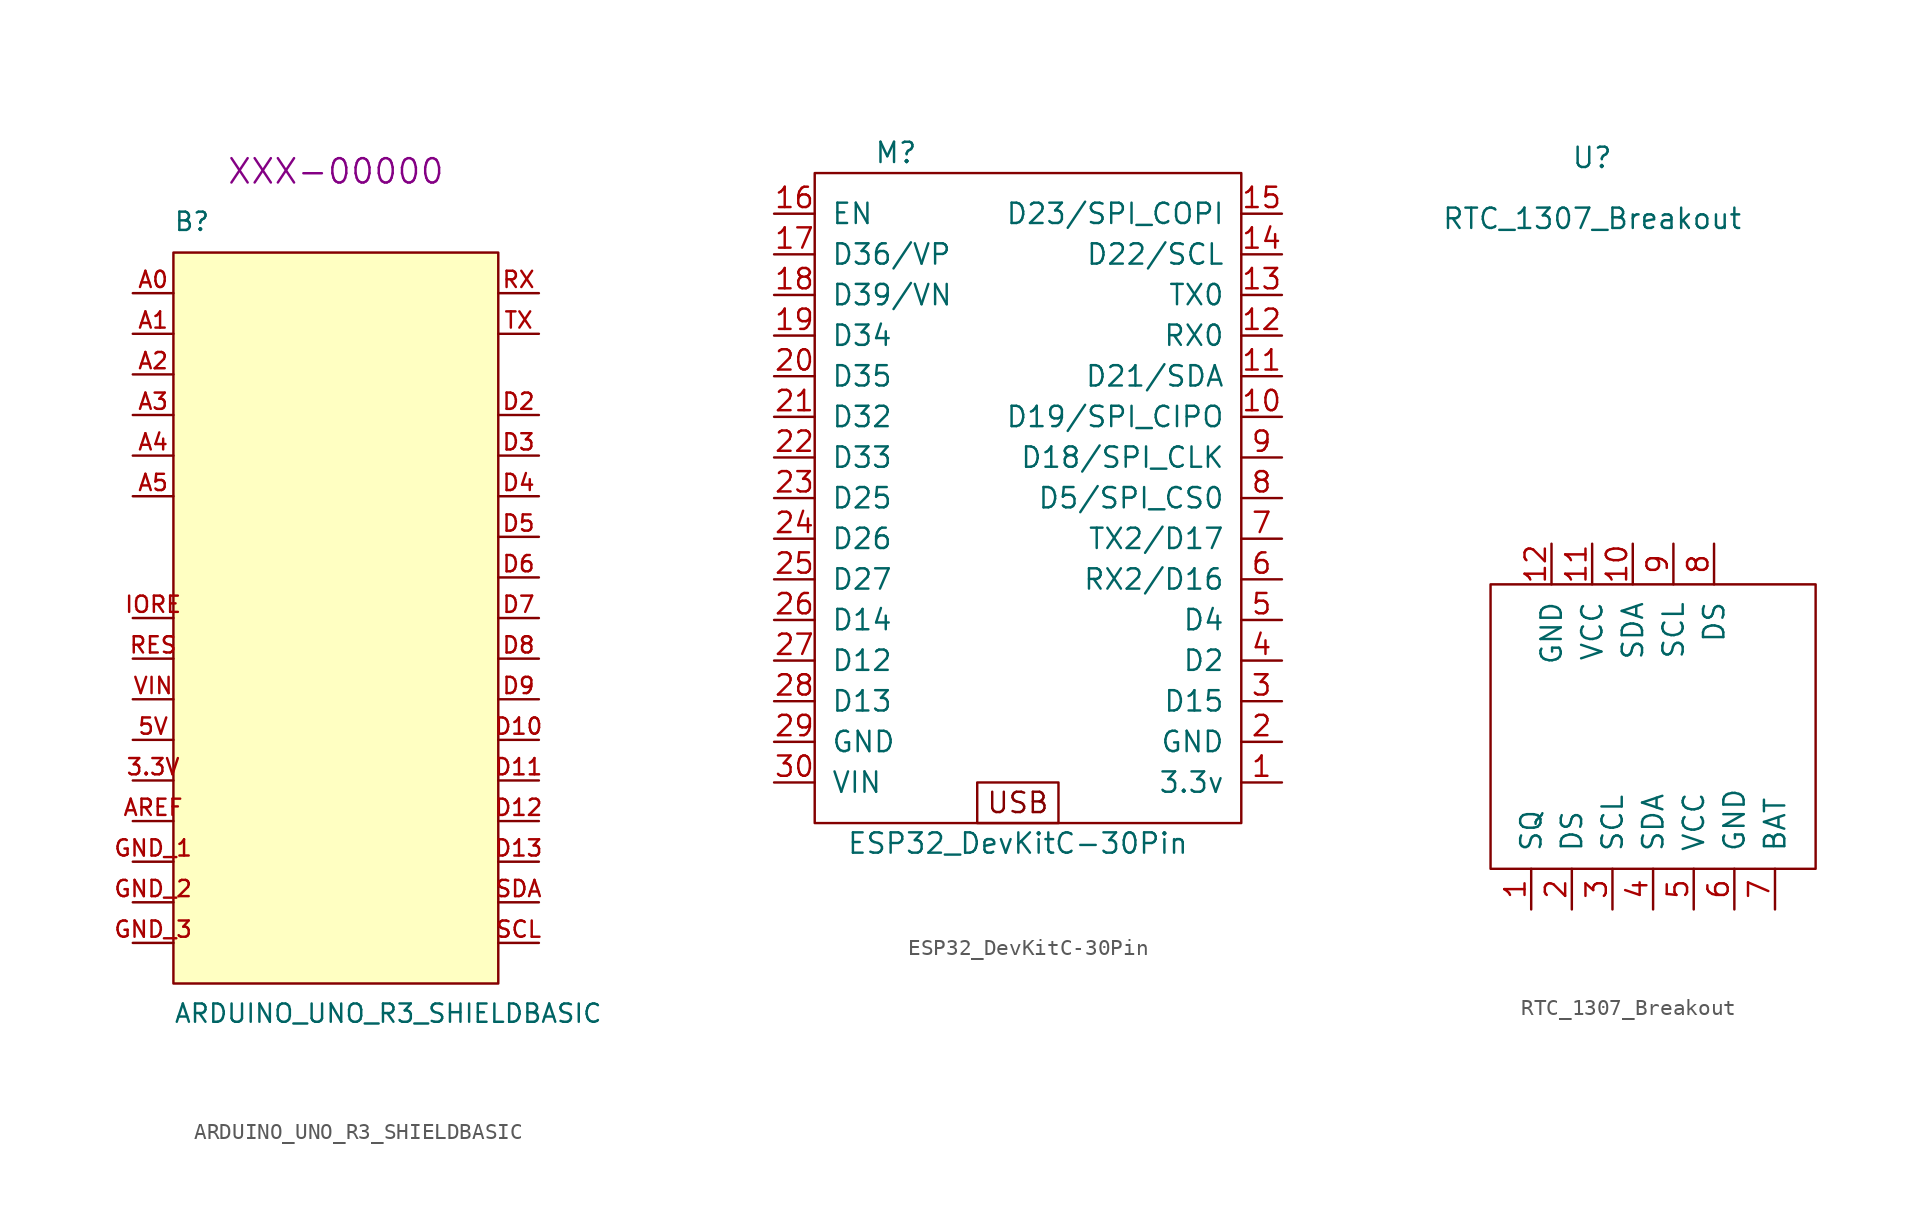
<source format=kicad_sym>
(kicad_symbol_lib
  (version 20211014)
  (generator kicad_symbol_editor)
  (symbol "ARDUINO_UNO_R3_SHIELDBASIC"
    (pin_names
      (offset 1.016) hide)
    (property "Reference" "B"
      (at -10.16 21.59 0)
      (effects (font (size 1.143 1.143)) (justify left bottom)))
    (property "Value" "ARDUINO_UNO_R3_SHIELDBASIC"
      (at -10.16 -27.94 0)
      (effects (font (size 1.143 1.143)) (justify left bottom)))
    (property "Field4" "XXX-00000"
      (at 0 25.4 0)
      (effects (font (size 1.524 1.524))))
    (symbol "ARDUINO_UNO_R3_SHIELDBASIC_1_1"
      (polyline (pts (xy -10.16 -25.4) (xy -10.16 20.32) (xy 10.16 20.32) (xy 10.16 -25.4) (xy -10.16 -25.4)) (stroke (width 0) (type default) (color 0 0 0 0)) (fill (type background)))
      (pin bidirectional line (at -12.7 -12.7 0) (length 2.54) (name "3.3V" (effects (font (size 1.016 1.016)))) (number "3.3V" (effects (font (size 1.016 1.016)))))
      (pin bidirectional line (at -12.7 -10.16 0) (length 2.54) (name "5V" (effects (font (size 1.016 1.016)))) (number "5V" (effects (font (size 1.016 1.016)))))
      (pin bidirectional line (at -12.7 17.78 0) (length 2.54) (name "A0" (effects (font (size 1.016 1.016)))) (number "A0" (effects (font (size 1.016 1.016)))))
      (pin bidirectional line (at -12.7 15.24 0) (length 2.54) (name "A1" (effects (font (size 1.016 1.016)))) (number "A1" (effects (font (size 1.016 1.016)))))
      (pin bidirectional line (at -12.7 12.7 0) (length 2.54) (name "A2" (effects (font (size 1.016 1.016)))) (number "A2" (effects (font (size 1.016 1.016)))))
      (pin bidirectional line (at -12.7 10.16 0) (length 2.54) (name "A3" (effects (font (size 1.016 1.016)))) (number "A3" (effects (font (size 1.016 1.016)))))
      (pin bidirectional line (at -12.7 7.62 0) (length 2.54) (name "A4" (effects (font (size 1.016 1.016)))) (number "A4" (effects (font (size 1.016 1.016)))))
      (pin bidirectional line (at -12.7 5.08 0) (length 2.54) (name "A5" (effects (font (size 1.016 1.016)))) (number "A5" (effects (font (size 1.016 1.016)))))
      (pin bidirectional line (at -12.7 -15.24 0) (length 2.54) (name "AREF" (effects (font (size 1.016 1.016)))) (number "AREF" (effects (font (size 1.016 1.016)))))
      (pin bidirectional line (at 12.7 -10.16 180) (length 2.54) (name "*D10" (effects (font (size 1.016 1.016)))) (number "D10" (effects (font (size 1.016 1.016)))))
      (pin bidirectional line (at 12.7 -12.7 180) (length 2.54) (name "*D11" (effects (font (size 1.016 1.016)))) (number "D11" (effects (font (size 1.016 1.016)))))
      (pin bidirectional line (at 12.7 -15.24 180) (length 2.54) (name "D12" (effects (font (size 1.016 1.016)))) (number "D12" (effects (font (size 1.016 1.016)))))
      (pin bidirectional line (at 12.7 -17.78 180) (length 2.54) (name "D13" (effects (font (size 1.016 1.016)))) (number "D13" (effects (font (size 1.016 1.016)))))
      (pin bidirectional line (at 12.7 10.16 180) (length 2.54) (name "D2" (effects (font (size 1.016 1.016)))) (number "D2" (effects (font (size 1.016 1.016)))))
      (pin bidirectional line (at 12.7 7.62 180) (length 2.54) (name "*D3" (effects (font (size 1.016 1.016)))) (number "D3" (effects (font (size 1.016 1.016)))))
      (pin bidirectional line (at 12.7 5.08 180) (length 2.54) (name "D4" (effects (font (size 1.016 1.016)))) (number "D4" (effects (font (size 1.016 1.016)))))
      (pin bidirectional line (at 12.7 2.54 180) (length 2.54) (name "*D5" (effects (font (size 1.016 1.016)))) (number "D5" (effects (font (size 1.016 1.016)))))
      (pin bidirectional line (at 12.7 0 180) (length 2.54) (name "*D6" (effects (font (size 1.016 1.016)))) (number "D6" (effects (font (size 1.016 1.016)))))
      (pin bidirectional line (at 12.7 -2.54 180) (length 2.54) (name "D7" (effects (font (size 1.016 1.016)))) (number "D7" (effects (font (size 1.016 1.016)))))
      (pin bidirectional line (at 12.7 -5.08 180) (length 2.54) (name "D8" (effects (font (size 1.016 1.016)))) (number "D8" (effects (font (size 1.016 1.016)))))
      (pin bidirectional line (at 12.7 -7.62 180) (length 2.54) (name "*D9" (effects (font (size 1.016 1.016)))) (number "D9" (effects (font (size 1.016 1.016)))))
      (pin bidirectional line (at -12.7 -17.78 0) (length 2.54) (name "GND_1" (effects (font (size 1.016 1.016)))) (number "GND_1" (effects (font (size 1.016 1.016)))))
      (pin bidirectional line (at -12.7 -20.32 0) (length 2.54) (name "GND_2" (effects (font (size 1.016 1.016)))) (number "GND_2" (effects (font (size 1.016 1.016)))))
      (pin bidirectional line (at -12.7 -22.86 0) (length 2.54) (name "GND_3" (effects (font (size 1.016 1.016)))) (number "GND_3" (effects (font (size 1.016 1.016)))))
      (pin bidirectional line (at -12.7 -2.54 0) (length 2.54) (name "IOREF" (effects (font (size 1.016 1.016)))) (number "IORE" (effects (font (size 1.016 1.016)))))
      (pin bidirectional line (at -12.7 -5.08 0) (length 2.54) (name "RES" (effects (font (size 1.016 1.016)))) (number "RES" (effects (font (size 1.016 1.016)))))
      (pin bidirectional line (at 12.7 17.78 180) (length 2.54) (name "RX" (effects (font (size 1.016 1.016)))) (number "RX" (effects (font (size 1.016 1.016)))))
      (pin bidirectional line (at 12.7 -22.86 180) (length 2.54) (name "SCL" (effects (font (size 1.016 1.016)))) (number "SCL" (effects (font (size 1.016 1.016)))))
      (pin bidirectional line (at 12.7 -20.32 180) (length 2.54) (name "SDA" (effects (font (size 1.016 1.016)))) (number "SDA" (effects (font (size 1.016 1.016)))))
      (pin bidirectional line (at 12.7 15.24 180) (length 2.54) (name "TX" (effects (font (size 1.016 1.016)))) (number "TX" (effects (font (size 1.016 1.016)))))
      (pin bidirectional line (at -12.7 -7.62 0) (length 2.54) (name "VIN" (effects (font (size 1.016 1.016)))) (number "VIN" (effects (font (size 1.016 1.016)))))))
  (symbol "ESP32_DevKitC-30Pin"
    (pin_names
      (offset 1.016))
    (property "Reference" "M"
      (at -7.62 21.59 0)
      (effects (font (size 1.27 1.27))))
    (property "Value" "ESP32_DevKitC-30Pin"
      (at 0 -21.59 0)
      (effects (font (size 1.27 1.27))))
    (symbol "ESP32_DevKitC-30Pin_0_0"
      (rectangle (start -2.54 -20.32) (end 2.54 -17.78) (stroke (width 0) (type default) (color 0 0 0 0)) (fill (type none)))
      (text "USB" (at 0 -19.05 0) (effects (font (size 1.27 1.27)))))
    (symbol "ESP32_DevKitC-30Pin_0_1"
      (rectangle (start -12.7 20.32) (end 13.97 -20.32) (stroke (width 0) (type default) (color 0 0 0 0)) (fill (type none))))
    (symbol "ESP32_DevKitC-30Pin_1_1"
      (pin power_in line (at 16.51 -17.78 180) (length 2.54) (name "3.3v" (effects (font (size 1.27 1.27)))) (number "1" (effects (font (size 1.27 1.27)))))
      (pin bidirectional line (at 16.51 5.08 180) (length 2.54) (name "D19/SPI_CIPO" (effects (font (size 1.27 1.27)))) (number "10" (effects (font (size 1.27 1.27)))))
      (pin bidirectional line (at 16.51 7.62 180) (length 2.54) (name "D21/SDA" (effects (font (size 1.27 1.27)))) (number "11" (effects (font (size 1.27 1.27)))))
      (pin bidirectional line (at 16.51 10.16 180) (length 2.54) (name "RX0" (effects (font (size 1.27 1.27)))) (number "12" (effects (font (size 1.27 1.27)))))
      (pin bidirectional line (at 16.51 12.7 180) (length 2.54) (name "TX0" (effects (font (size 1.27 1.27)))) (number "13" (effects (font (size 1.27 1.27)))))
      (pin bidirectional line (at 16.51 15.24 180) (length 2.54) (name "D22/SCL" (effects (font (size 1.27 1.27)))) (number "14" (effects (font (size 1.27 1.27)))))
      (pin bidirectional line (at 16.51 17.78 180) (length 2.54) (name "D23/SPI_COPI" (effects (font (size 1.27 1.27)))) (number "15" (effects (font (size 1.27 1.27)))))
      (pin input line (at -15.24 17.78 0) (length 2.54) (name "EN" (effects (font (size 1.27 1.27)))) (number "16" (effects (font (size 1.27 1.27)))))
      (pin bidirectional line (at -15.24 15.24 0) (length 2.54) (name "D36/VP" (effects (font (size 1.27 1.27)))) (number "17" (effects (font (size 1.27 1.27)))))
      (pin bidirectional line (at -15.24 12.7 0) (length 2.54) (name "D39/VN" (effects (font (size 1.27 1.27)))) (number "18" (effects (font (size 1.27 1.27)))))
      (pin bidirectional line (at -15.24 10.16 0) (length 2.54) (name "D34" (effects (font (size 1.27 1.27)))) (number "19" (effects (font (size 1.27 1.27)))))
      (pin power_in line (at 16.51 -15.24 180) (length 2.54) (name "GND" (effects (font (size 1.27 1.27)))) (number "2" (effects (font (size 1.27 1.27)))))
      (pin bidirectional line (at -15.24 7.62 0) (length 2.54) (name "D35" (effects (font (size 1.27 1.27)))) (number "20" (effects (font (size 1.27 1.27)))))
      (pin bidirectional line (at -15.24 5.08 0) (length 2.54) (name "D32" (effects (font (size 1.27 1.27)))) (number "21" (effects (font (size 1.27 1.27)))))
      (pin bidirectional line (at -15.24 2.54 0) (length 2.54) (name "D33" (effects (font (size 1.27 1.27)))) (number "22" (effects (font (size 1.27 1.27)))))
      (pin bidirectional line (at -15.24 0 0) (length 2.54) (name "D25" (effects (font (size 1.27 1.27)))) (number "23" (effects (font (size 1.27 1.27)))))
      (pin bidirectional line (at -15.24 -2.54 0) (length 2.54) (name "D26" (effects (font (size 1.27 1.27)))) (number "24" (effects (font (size 1.27 1.27)))))
      (pin bidirectional line (at -15.24 -5.08 0) (length 2.54) (name "D27" (effects (font (size 1.27 1.27)))) (number "25" (effects (font (size 1.27 1.27)))))
      (pin bidirectional line (at -15.24 -7.62 0) (length 2.54) (name "D14" (effects (font (size 1.27 1.27)))) (number "26" (effects (font (size 1.27 1.27)))))
      (pin bidirectional line (at -15.24 -10.16 0) (length 2.54) (name "D12" (effects (font (size 1.27 1.27)))) (number "27" (effects (font (size 1.27 1.27)))))
      (pin bidirectional line (at -15.24 -12.7 0) (length 2.54) (name "D13" (effects (font (size 1.27 1.27)))) (number "28" (effects (font (size 1.27 1.27)))))
      (pin power_in line (at -15.24 -15.24 0) (length 2.54) (name "GND" (effects (font (size 1.27 1.27)))) (number "29" (effects (font (size 1.27 1.27)))))
      (pin bidirectional line (at 16.51 -12.7 180) (length 2.54) (name "D15" (effects (font (size 1.27 1.27)))) (number "3" (effects (font (size 1.27 1.27)))))
      (pin power_in line (at -15.24 -17.78 0) (length 2.54) (name "VIN" (effects (font (size 1.27 1.27)))) (number "30" (effects (font (size 1.27 1.27)))))
      (pin bidirectional line (at 16.51 -10.16 180) (length 2.54) (name "D2" (effects (font (size 1.27 1.27)))) (number "4" (effects (font (size 1.27 1.27)))))
      (pin bidirectional line (at 16.51 -7.62 180) (length 2.54) (name "D4" (effects (font (size 1.27 1.27)))) (number "5" (effects (font (size 1.27 1.27)))))
      (pin bidirectional line (at 16.51 -5.08 180) (length 2.54) (name "RX2/D16" (effects (font (size 1.27 1.27)))) (number "6" (effects (font (size 1.27 1.27)))))
      (pin bidirectional line (at 16.51 -2.54 180) (length 2.54) (name "TX2/D17" (effects (font (size 1.27 1.27)))) (number "7" (effects (font (size 1.27 1.27)))))
      (pin bidirectional line (at 16.51 0 180) (length 2.54) (name "D5/SPI_CS0" (effects (font (size 1.27 1.27)))) (number "8" (effects (font (size 1.27 1.27)))))
      (pin bidirectional line (at 16.51 2.54 180) (length 2.54) (name "D18/SPI_CLK" (effects (font (size 1.27 1.27)))) (number "9" (effects (font (size 1.27 1.27)))))))
  (symbol "RTC_1307_Breakout"
    (pin_names
      (offset 1.016))
    (property "Reference" "U"
      (at -3.81 35.56 0)
      (effects (font (size 1.27 1.27))))
    (property "Value" "RTC_1307_Breakout"
      (at -3.81 31.75 0)
      (effects (font (size 1.27 1.27))))
    (symbol "RTC_1307_Breakout_0_1"
      (rectangle (start -10.16 -8.89) (end 10.16 8.89) (stroke (width 0) (type default) (color 0 0 0 0)) (fill (type none))))
    (symbol "RTC_1307_Breakout_1_1"
      (pin output line (at -7.62 -11.43 90) (length 2.54) (name "SQ" (effects (font (size 1.27 1.27)))) (number "1" (effects (font (size 1.27 1.27)))))
      (pin bidirectional line (at -1.27 11.43 270) (length 2.54) (name "SDA" (effects (font (size 1.27 1.27)))) (number "10" (effects (font (size 1.27 1.27)))))
      (pin power_in line (at -3.81 11.43 270) (length 2.54) (name "VCC" (effects (font (size 1.27 1.27)))) (number "11" (effects (font (size 1.27 1.27)))))
      (pin output line (at -6.35 11.43 270) (length 2.54) (name "GND" (effects (font (size 1.27 1.27)))) (number "12" (effects (font (size 1.27 1.27)))))
      (pin bidirectional line (at -5.08 -11.43 90) (length 2.54) (name "DS" (effects (font (size 1.27 1.27)))) (number "2" (effects (font (size 1.27 1.27)))))
      (pin bidirectional line (at -2.54 -11.43 90) (length 2.54) (name "SCL" (effects (font (size 1.27 1.27)))) (number "3" (effects (font (size 1.27 1.27)))))
      (pin bidirectional line (at 0 -11.43 90) (length 2.54) (name "SDA" (effects (font (size 1.27 1.27)))) (number "4" (effects (font (size 1.27 1.27)))))
      (pin power_in line (at 2.54 -11.43 90) (length 2.54) (name "VCC" (effects (font (size 1.27 1.27)))) (number "5" (effects (font (size 1.27 1.27)))))
      (pin output line (at 5.08 -11.43 90) (length 2.54) (name "GND" (effects (font (size 1.27 1.27)))) (number "6" (effects (font (size 1.27 1.27)))))
      (pin bidirectional line (at 7.62 -11.43 90) (length 2.54) (name "BAT" (effects (font (size 1.27 1.27)))) (number "7" (effects (font (size 1.27 1.27)))))
      (pin bidirectional line (at 3.81 11.43 270) (length 2.54) (name "DS" (effects (font (size 1.27 1.27)))) (number "8" (effects (font (size 1.27 1.27)))))
      (pin bidirectional line (at 1.27 11.43 270) (length 2.54) (name "SCL" (effects (font (size 1.27 1.27)))) (number "9" (effects (font (size 1.27 1.27))))))))
</source>
